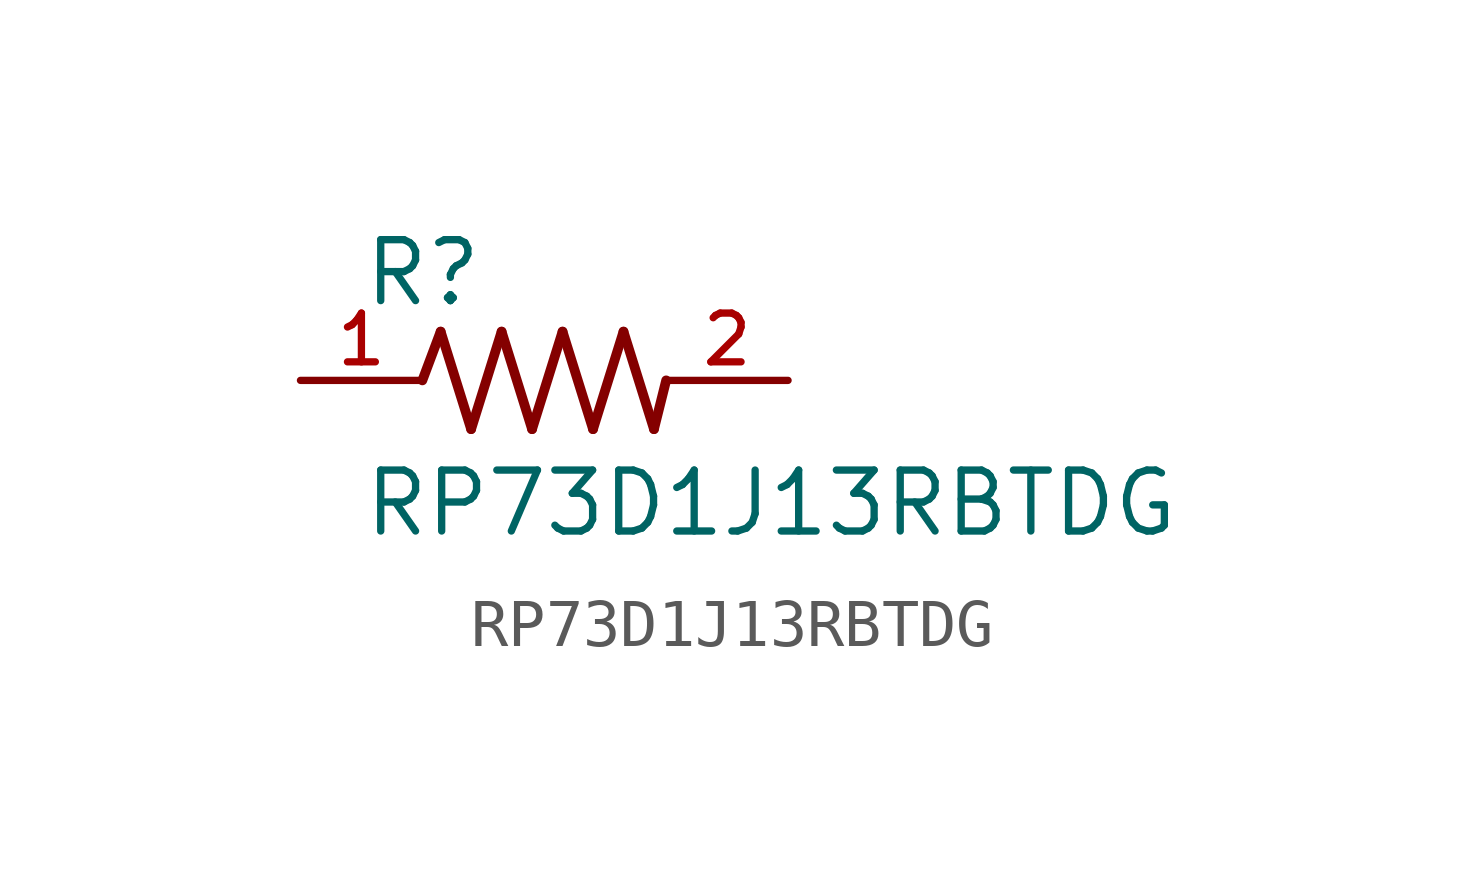
<source format=kicad_sym>
(kicad_symbol_lib
  (version 20211014)
  (generator kicad_symbol_editor)
  (symbol "RP73D1J13RBTDG"
    (pin_names
      (offset 1.016))
    (property "Reference" "R"
      (at -3.81 1.499 0)
      (effects (font (size 1.27 1.27)) (justify bottom left)))
    (property "Value" "RP73D1J13RBTDG"
      (at -3.81 -3.302 0)
      (effects (font (size 1.27 1.27)) (justify bottom left)))
    (symbol "RP73D1J13RBTDG_0_0"
      (polyline (pts (xy -2.54 0.0) (xy -2.159 1.016)) (stroke (width 0.203)))
      (polyline (pts (xy -2.159 1.016) (xy -1.524 -1.016)) (stroke (width 0.203)))
      (polyline (pts (xy -1.524 -1.016) (xy -0.889 1.016)) (stroke (width 0.203)))
      (polyline (pts (xy -0.889 1.016) (xy -0.254 -1.016)) (stroke (width 0.203)))
      (polyline (pts (xy -0.254 -1.016) (xy 0.381 1.016)) (stroke (width 0.203)))
      (polyline (pts (xy 0.381 1.016) (xy 1.016 -1.016)) (stroke (width 0.203)))
      (polyline (pts (xy 1.016 -1.016) (xy 1.651 1.016)) (stroke (width 0.203)))
      (polyline (pts (xy 1.651 1.016) (xy 2.286 -1.016)) (stroke (width 0.203)))
      (polyline (pts (xy 2.286 -1.016) (xy 2.54 0.0)) (stroke (width 0.203)))
      (pin passive line (at 5.08 0.0 180.0) (length 2.54) (name "~" (effects (font (size 1.016 1.016)))) (number "2" (effects (font (size 1.016 1.016)))))
      (pin passive line (at -5.08 0.0 0) (length 2.54) (name "~" (effects (font (size 1.016 1.016)))) (number "1" (effects (font (size 1.016 1.016))))))))
</source>
